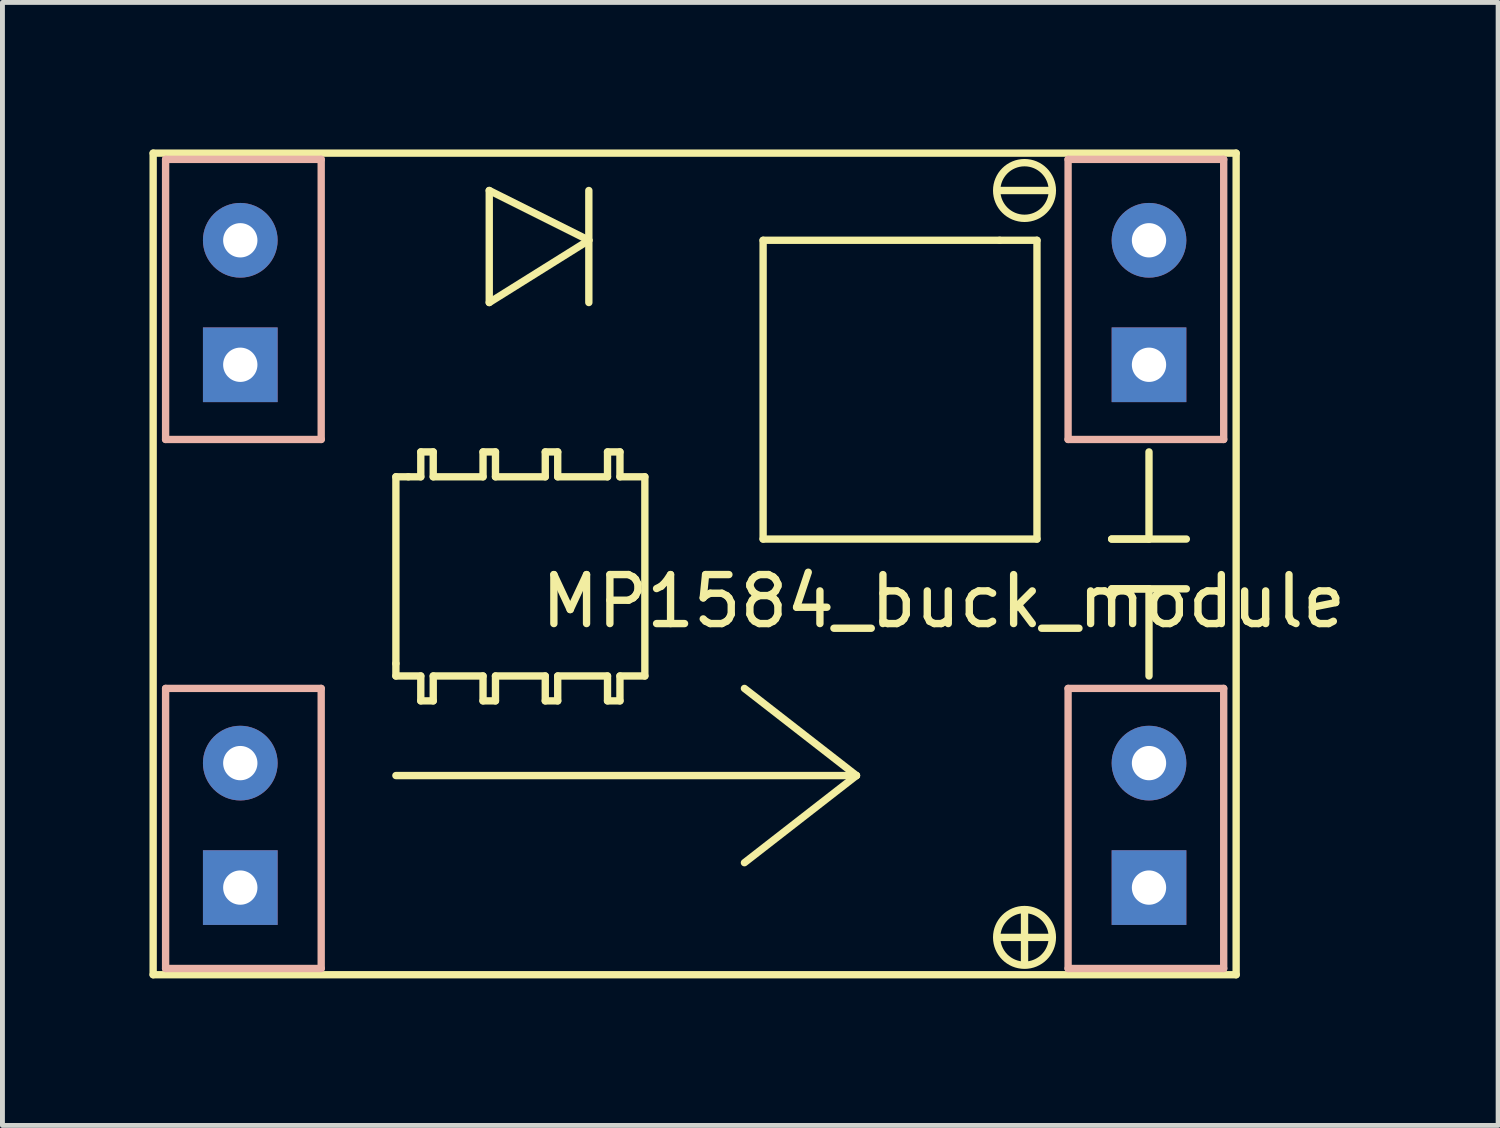
<source format=kicad_pcb>
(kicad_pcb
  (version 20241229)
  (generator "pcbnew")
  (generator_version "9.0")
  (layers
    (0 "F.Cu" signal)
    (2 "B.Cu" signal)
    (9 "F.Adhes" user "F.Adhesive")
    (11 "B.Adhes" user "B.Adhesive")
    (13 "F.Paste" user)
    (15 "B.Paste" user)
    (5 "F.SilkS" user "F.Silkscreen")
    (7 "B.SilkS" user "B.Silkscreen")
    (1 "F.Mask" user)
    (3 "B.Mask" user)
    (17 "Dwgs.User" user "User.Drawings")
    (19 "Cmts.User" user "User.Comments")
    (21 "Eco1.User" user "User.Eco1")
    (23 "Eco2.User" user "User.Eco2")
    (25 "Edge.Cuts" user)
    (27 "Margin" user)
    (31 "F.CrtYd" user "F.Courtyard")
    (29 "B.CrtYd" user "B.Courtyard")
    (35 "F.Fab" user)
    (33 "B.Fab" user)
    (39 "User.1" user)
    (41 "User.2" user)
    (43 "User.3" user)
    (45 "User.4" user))
  (footprint "MP1584_buck_module"
    (layer "F.Cu")
    (at 11.124 8.457)
    (property "Reference" "MP1584_buck_module" (at 5.08 0.762 0) (layer "F.SilkS") (effects (font (size 1 1) (thickness 0.15))))
    (attr through_hole)
    (fp_line (start -11.049 -8.382) (end 11.049 -8.382) (stroke (width 0.15) (type solid)) (layer "F.SilkS"))
    (fp_line (start -11.049 8.382) (end -11.049 -8.382) (stroke (width 0.15) (type solid)) (layer "F.SilkS"))
    (fp_line (start -6.096 -1.778) (end -5.842 -1.778) (stroke (width 0.15) (type solid)) (layer "F.SilkS"))
    (fp_line (start -6.096 2.032) (end -6.096 -1.778) (stroke (width 0.15) (type solid)) (layer "F.SilkS"))
    (fp_line (start -6.096 2.286) (end -6.096 2.032) (stroke (width 0.15) (type solid)) (layer "F.SilkS"))
    (fp_line (start -6.096 4.318) (end 3.302 4.318) (stroke (width 0.15) (type solid)) (layer "F.SilkS"))
    (fp_line (start -5.842 -1.778) (end -5.588 -1.778) (stroke (width 0.15) (type solid)) (layer "F.SilkS"))
    (fp_line (start -5.588 -2.286) (end -5.334 -2.286) (stroke (width 0.15) (type solid)) (layer "F.SilkS"))
    (fp_line (start -5.588 -1.778) (end -5.588 -2.286) (stroke (width 0.15) (type solid)) (layer "F.SilkS"))
    (fp_line (start -5.588 2.286) (end -6.096 2.286) (stroke (width 0.15) (type solid)) (layer "F.SilkS"))
    (fp_line (start -5.588 2.794) (end -5.588 2.286) (stroke (width 0.15) (type solid)) (layer "F.SilkS"))
    (fp_line (start -5.334 -1.778) (end -5.334 -2.286) (stroke (width 0.15) (type solid)) (layer "F.SilkS"))
    (fp_line (start -5.334 -1.778) (end -4.318 -1.778) (stroke (width 0.15) (type solid)) (layer "F.SilkS"))
    (fp_line (start -5.334 2.286) (end -5.334 2.794) (stroke (width 0.15) (type solid)) (layer "F.SilkS"))
    (fp_line (start -5.334 2.794) (end -5.588 2.794) (stroke (width 0.15) (type solid)) (layer "F.SilkS"))
    (fp_line (start -4.318 -2.286) (end -4.064 -2.286) (stroke (width 0.15) (type solid)) (layer "F.SilkS"))
    (fp_line (start -4.318 -1.778) (end -4.318 -2.286) (stroke (width 0.15) (type solid)) (layer "F.SilkS"))
    (fp_line (start -4.318 2.286) (end -5.334 2.286) (stroke (width 0.15) (type solid)) (layer "F.SilkS"))
    (fp_line (start -4.318 2.794) (end -4.318 2.286) (stroke (width 0.15) (type solid)) (layer "F.SilkS"))
    (fp_line (start -4.191 -7.62) (end -4.191 -5.334) (stroke (width 0.15) (type solid)) (layer "F.SilkS"))
    (fp_line (start -4.191 -5.334) (end -2.159 -6.604) (stroke (width 0.15) (type solid)) (layer "F.SilkS"))
    (fp_line (start -4.064 -1.778) (end -4.064 -2.286) (stroke (width 0.15) (type solid)) (layer "F.SilkS"))
    (fp_line (start -4.064 -1.778) (end -3.048 -1.778) (stroke (width 0.15) (type solid)) (layer "F.SilkS"))
    (fp_line (start -4.064 2.286) (end -4.064 2.794) (stroke (width 0.15) (type solid)) (layer "F.SilkS"))
    (fp_line (start -4.064 2.794) (end -4.318 2.794) (stroke (width 0.15) (type solid)) (layer "F.SilkS"))
    (fp_line (start -3.048 -2.286) (end -2.794 -2.286) (stroke (width 0.15) (type solid)) (layer "F.SilkS"))
    (fp_line (start -3.048 -1.778) (end -3.048 -2.286) (stroke (width 0.15) (type solid)) (layer "F.SilkS"))
    (fp_line (start -3.048 2.286) (end -4.064 2.286) (stroke (width 0.15) (type solid)) (layer "F.SilkS"))
    (fp_line (start -3.048 2.794) (end -3.048 2.286) (stroke (width 0.15) (type solid)) (layer "F.SilkS"))
    (fp_line (start -2.794 -2.286) (end -2.794 -1.778) (stroke (width 0.15) (type solid)) (layer "F.SilkS"))
    (fp_line (start -2.794 -1.778) (end -1.778 -1.778) (stroke (width 0.15) (type solid)) (layer "F.SilkS"))
    (fp_line (start -2.794 2.286) (end -2.794 2.794) (stroke (width 0.15) (type solid)) (layer "F.SilkS"))
    (fp_line (start -2.794 2.794) (end -3.048 2.794) (stroke (width 0.15) (type solid)) (layer "F.SilkS"))
    (fp_line (start -2.159 -7.62) (end -2.159 -5.334) (stroke (width 0.15) (type solid)) (layer "F.SilkS"))
    (fp_line (start -2.159 -6.604) (end -4.191 -7.62) (stroke (width 0.15) (type solid)) (layer "F.SilkS"))
    (fp_line (start -1.778 -2.286) (end -1.524 -2.286) (stroke (width 0.15) (type solid)) (layer "F.SilkS"))
    (fp_line (start -1.778 -1.778) (end -1.778 -2.286) (stroke (width 0.15) (type solid)) (layer "F.SilkS"))
    (fp_line (start -1.778 2.286) (end -2.794 2.286) (stroke (width 0.15) (type solid)) (layer "F.SilkS"))
    (fp_line (start -1.778 2.794) (end -1.778 2.286) (stroke (width 0.15) (type solid)) (layer "F.SilkS"))
    (fp_line (start -1.524 -1.778) (end -1.524 -2.286) (stroke (width 0.15) (type solid)) (layer "F.SilkS"))
    (fp_line (start -1.524 -1.778) (end -1.016 -1.778) (stroke (width 0.15) (type solid)) (layer "F.SilkS"))
    (fp_line (start -1.524 2.286) (end -1.524 2.794) (stroke (width 0.15) (type solid)) (layer "F.SilkS"))
    (fp_line (start -1.524 2.794) (end -1.778 2.794) (stroke (width 0.15) (type solid)) (layer "F.SilkS"))
    (fp_line (start -1.016 -1.778) (end -1.016 2.286) (stroke (width 0.15) (type solid)) (layer "F.SilkS"))
    (fp_line (start -1.016 2.286) (end -1.524 2.286) (stroke (width 0.15) (type solid)) (layer "F.SilkS"))
    (fp_line (start 1.397 -6.604) (end 1.397 -0.508) (stroke (width 0.15) (type solid)) (layer "F.SilkS"))
    (fp_line (start 1.397 -0.508) (end 6.985 -0.508) (stroke (width 0.15) (type solid)) (layer "F.SilkS"))
    (fp_line (start 3.302 4.318) (end 1.016 2.54) (stroke (width 0.15) (type solid)) (layer "F.SilkS"))
    (fp_line (start 3.302 4.318) (end 1.016 6.096) (stroke (width 0.15) (type solid)) (layer "F.SilkS"))
    (fp_line (start 6.223 -7.62) (end 7.239 -7.62) (stroke (width 0.15) (type solid)) (layer "F.SilkS"))
    (fp_line (start 6.223 -6.604) (end 1.397 -6.604) (stroke (width 0.15) (type solid)) (layer "F.SilkS"))
    (fp_line (start 6.223 7.62) (end 7.239 7.62) (stroke (width 0.15) (type solid)) (layer "F.SilkS"))
    (fp_line (start 6.731 7.112) (end 6.731 8.128) (stroke (width 0.15) (type solid)) (layer "F.SilkS"))
    (fp_line (start 6.985 -6.604) (end 6.223 -6.604) (stroke (width 0.15) (type solid)) (layer "F.SilkS"))
    (fp_line (start 6.985 -0.508) (end 6.985 -6.604) (stroke (width 0.15) (type solid)) (layer "F.SilkS"))
    (fp_line (start 8.509 -0.508) (end 10.033 -0.508) (stroke (width 0.15) (type solid)) (layer "F.SilkS"))
    (fp_line (start 8.509 0.508) (end 9.271 0.508) (stroke (width 0.15) (type solid)) (layer "F.SilkS"))
    (fp_line (start 9.271 -2.286) (end 9.271 -0.508) (stroke (width 0.15) (type solid)) (layer "F.SilkS"))
    (fp_line (start 9.271 -0.508) (end 8.509 -0.508) (stroke (width 0.15) (type solid)) (layer "F.SilkS"))
    (fp_line (start 9.271 0.508) (end 9.271 2.286) (stroke (width 0.15) (type solid)) (layer "F.SilkS"))
    (fp_line (start 10.033 0.508) (end 8.509 0.508) (stroke (width 0.15) (type solid)) (layer "F.SilkS"))
    (fp_line (start 11.049 -8.382) (end 11.049 8.382) (stroke (width 0.15) (type solid)) (layer "F.SilkS"))
    (fp_line (start 11.049 8.382) (end -11.049 8.382) (stroke (width 0.15) (type solid)) (layer "F.SilkS"))
    (fp_circle (center 6.731 -7.62) (end 7.239 -7.874) (stroke (width 0.15) (type solid)) (fill no) (layer "F.SilkS"))
    (fp_circle (center 6.731 7.62) (end 7.239 7.874) (stroke (width 0.15) (type solid)) (fill no) (layer "F.SilkS"))
    (fp_line (start -10.795 -8.255) (end -7.62 -8.255) (stroke (width 0.15) (type solid)) (layer "B.SilkS"))
    (fp_line (start -10.795 -2.54) (end -10.795 -8.255) (stroke (width 0.15) (type solid)) (layer "B.SilkS"))
    (fp_line (start -10.795 2.54) (end -7.62 2.54) (stroke (width 0.15) (type solid)) (layer "B.SilkS"))
    (fp_line (start -10.795 8.255) (end -10.795 2.54) (stroke (width 0.15) (type solid)) (layer "B.SilkS"))
    (fp_line (start -7.62 -8.255) (end -7.62 -2.54) (stroke (width 0.15) (type solid)) (layer "B.SilkS"))
    (fp_line (start -7.62 -2.54) (end -10.795 -2.54) (stroke (width 0.15) (type solid)) (layer "B.SilkS"))
    (fp_line (start -7.62 2.54) (end -7.62 8.255) (stroke (width 0.15) (type solid)) (layer "B.SilkS"))
    (fp_line (start -7.62 8.255) (end -10.795 8.255) (stroke (width 0.15) (type solid)) (layer "B.SilkS"))
    (fp_line (start 7.62 -8.255) (end 7.62 -2.54) (stroke (width 0.15) (type solid)) (layer "B.SilkS"))
    (fp_line (start 7.62 -2.54) (end 10.795 -2.54) (stroke (width 0.15) (type solid)) (layer "B.SilkS"))
    (fp_line (start 7.62 2.54) (end 7.62 8.255) (stroke (width 0.15) (type solid)) (layer "B.SilkS"))
    (fp_line (start 7.62 8.255) (end 10.795 8.255) (stroke (width 0.15) (type solid)) (layer "B.SilkS"))
    (fp_line (start 10.795 -8.255) (end 7.62 -8.255) (stroke (width 0.15) (type solid)) (layer "B.SilkS"))
    (fp_line (start 10.795 -2.54) (end 10.795 -8.255) (stroke (width 0.15) (type solid)) (layer "B.SilkS"))
    (fp_line (start 10.795 2.54) (end 7.62 2.54) (stroke (width 0.15) (type solid)) (layer "B.SilkS"))
    (fp_line (start 10.795 8.255) (end 10.795 2.54) (stroke (width 0.15) (type solid)) (layer "B.SilkS"))
    (pad "1" thru_hole circle (at -9.271 4.064) (size 1.524 1.524) (drill 0.7) (layers "*.Cu" "*.Mask"))
    (pad "1" thru_hole rect (at -9.271 6.604) (size 1.524 1.524) (drill 0.7) (layers "*.Cu" "*.Mask"))
    (pad "2" thru_hole circle (at -9.271 -6.604) (size 1.524 1.524) (drill 0.7) (layers "*.Cu" "*.Mask"))
    (pad "2" thru_hole rect (at -9.271 -4.064) (size 1.524 1.524) (drill 0.7) (layers "*.Cu" "*.Mask"))
    (pad "3" thru_hole circle (at 9.271 -6.604) (size 1.524 1.524) (drill 0.7) (layers "*.Cu" "*.Mask"))
    (pad "3" thru_hole rect (at 9.271 -4.064) (size 1.524 1.524) (drill 0.7) (layers "*.Cu" "*.Mask"))
    (pad "4" thru_hole circle (at 9.271 4.064) (size 1.524 1.524) (drill 0.7) (layers "*.Cu" "*.Mask"))
    (pad "4" thru_hole rect (at 9.271 6.604) (size 1.524 1.524) (drill 0.7) (layers "*.Cu" "*.Mask")))
  (gr_rect
    (start -3 -3)
    (end 27.519 19.914)
    (stroke (width 0.1) (type default))
    (fill no)
    (layer "Edge.Cuts")))
</source>
